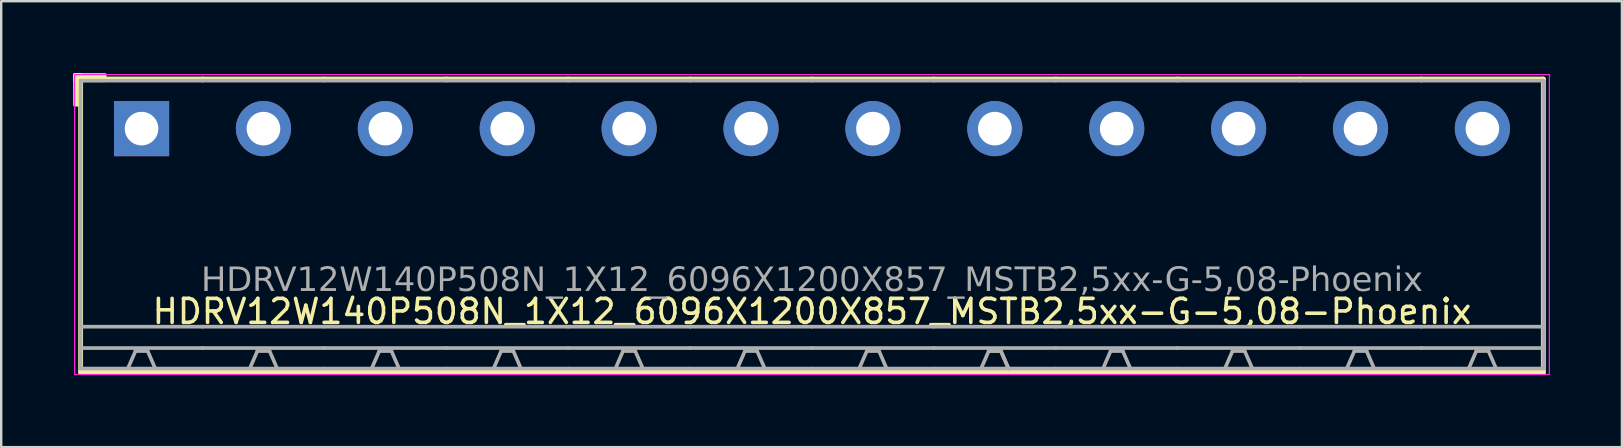
<source format=kicad_pcb>
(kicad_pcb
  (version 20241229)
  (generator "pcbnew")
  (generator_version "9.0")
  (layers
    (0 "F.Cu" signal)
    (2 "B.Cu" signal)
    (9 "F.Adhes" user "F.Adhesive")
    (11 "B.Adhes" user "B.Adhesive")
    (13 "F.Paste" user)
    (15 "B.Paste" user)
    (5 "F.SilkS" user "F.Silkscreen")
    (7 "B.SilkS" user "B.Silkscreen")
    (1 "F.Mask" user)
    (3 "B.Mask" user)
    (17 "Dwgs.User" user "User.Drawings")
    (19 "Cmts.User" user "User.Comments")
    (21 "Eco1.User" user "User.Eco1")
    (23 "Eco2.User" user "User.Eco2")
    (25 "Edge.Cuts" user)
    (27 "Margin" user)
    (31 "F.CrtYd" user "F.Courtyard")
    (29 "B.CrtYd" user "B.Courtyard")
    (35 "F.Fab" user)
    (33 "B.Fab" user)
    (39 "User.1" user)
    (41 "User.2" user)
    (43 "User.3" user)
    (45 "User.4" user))
  (footprint "HDRV12W140P508N_1X12_6096X1200X857_MSTB2,5xx-G-5,08-Phoenix"
    (layer "F.Cu")
    (at 30.79 2.31)
    (property "Reference" "HDRV12W140P508N_1X12_6096X1200X857_MSTB2,5xx-G-5,08-Phoenix" (at 0 7.62 0) (layer "F.SilkS") (effects (font (size 1 1) (thickness 0.15))))
    (attr through_hole)
    (fp_line (start -30.48 -2.065) (end -30.48 10.16) (stroke (width 0.203) (type solid)) (layer "F.SilkS"))
    (fp_line (start -30.48 10.16) (end -25.4 10.16) (stroke (width 0.203) (type solid)) (layer "F.SilkS"))
    (fp_line (start -25.4 -2.065) (end -30.48 -2.065) (stroke (width 0.203) (type solid)) (layer "F.SilkS"))
    (fp_line (start -25.4 -2.065) (end -20.32 -2.065) (stroke (width 0.203) (type solid)) (layer "F.SilkS"))
    (fp_line (start -20.32 -2.065) (end -15.24 -2.065) (stroke (width 0.203) (type solid)) (layer "F.SilkS"))
    (fp_line (start -20.32 10.16) (end -25.4 10.16) (stroke (width 0.203) (type solid)) (layer "F.SilkS"))
    (fp_line (start -15.24 -2.065) (end -10.16 -2.065) (stroke (width 0.203) (type solid)) (layer "F.SilkS"))
    (fp_line (start -15.24 10.16) (end -20.32 10.16) (stroke (width 0.203) (type solid)) (layer "F.SilkS"))
    (fp_line (start -10.16 -2.065) (end -5.08 -2.065) (stroke (width 0.203) (type solid)) (layer "F.SilkS"))
    (fp_line (start -10.16 10.16) (end -15.24 10.16) (stroke (width 0.203) (type solid)) (layer "F.SilkS"))
    (fp_line (start -5.08 -2.065) (end 0 -2.065) (stroke (width 0.203) (type solid)) (layer "F.SilkS"))
    (fp_line (start -5.08 10.16) (end -10.16 10.16) (stroke (width 0.203) (type solid)) (layer "F.SilkS"))
    (fp_line (start 0 -2.065) (end 5.08 -2.065) (stroke (width 0.203) (type solid)) (layer "F.SilkS"))
    (fp_line (start 0 10.16) (end -5.08 10.16) (stroke (width 0.203) (type solid)) (layer "F.SilkS"))
    (fp_line (start 5.08 -2.065) (end 10.16 -2.065) (stroke (width 0.203) (type solid)) (layer "F.SilkS"))
    (fp_line (start 5.08 10.16) (end 0 10.16) (stroke (width 0.203) (type solid)) (layer "F.SilkS"))
    (fp_line (start 10.16 -2.065) (end 15.24 -2.065) (stroke (width 0.203) (type solid)) (layer "F.SilkS"))
    (fp_line (start 10.16 10.16) (end 5.08 10.16) (stroke (width 0.203) (type solid)) (layer "F.SilkS"))
    (fp_line (start 15.24 -2.065) (end 20.32 -2.065) (stroke (width 0.203) (type solid)) (layer "F.SilkS"))
    (fp_line (start 15.24 10.16) (end 10.16 10.16) (stroke (width 0.203) (type solid)) (layer "F.SilkS"))
    (fp_line (start 20.32 -2.065) (end 25.4 -2.065) (stroke (width 0.203) (type solid)) (layer "F.SilkS"))
    (fp_line (start 20.32 10.16) (end 15.24 10.16) (stroke (width 0.203) (type solid)) (layer "F.SilkS"))
    (fp_line (start 25.4 -2.065) (end 30.48 -2.065) (stroke (width 0.203) (type solid)) (layer "F.SilkS"))
    (fp_line (start 25.4 10.16) (end 20.32 10.16) (stroke (width 0.203) (type solid)) (layer "F.SilkS"))
    (fp_line (start 30.48 -2.065) (end 30.48 10.16) (stroke (width 0.203) (type solid)) (layer "F.SilkS"))
    (fp_line (start 30.48 10.16) (end 25.4 10.16) (stroke (width 0.203) (type solid)) (layer "F.SilkS"))
    (fp_rect (start -30.73 -2.25) (end -30.476 -0.98) (stroke (width 0.12) (type solid)) (fill yes) (layer "F.SilkS"))
    (fp_rect (start -30.73 -2.25) (end -29.46 -1.996) (stroke (width 0.12) (type solid)) (fill yes) (layer "F.SilkS"))
    (fp_rect (start -30.73 -2.25) (end 30.73 10.25) (stroke (width 0.05) (type default)) (fill no) (layer "F.CrtYd"))
    (fp_line (start -30.48 -2) (end -30.48 10) (stroke (width 0.152) (type solid)) (layer "F.Fab"))
    (fp_line (start -28.194 9.271) (end -28.512 10) (stroke (width 0.152) (type default)) (layer "F.Fab"))
    (fp_line (start -27.686 9.271) (end -28.194 9.271) (stroke (width 0.152) (type default)) (layer "F.Fab"))
    (fp_line (start -27.686 9.271) (end -27.369 10) (stroke (width 0.152) (type default)) (layer "F.Fab"))
    (fp_line (start -25.4 -2) (end -30.48 -2) (stroke (width 0.152) (type solid)) (layer "F.Fab"))
    (fp_line (start -25.4 -2) (end -20.32 -2) (stroke (width 0.152) (type solid)) (layer "F.Fab"))
    (fp_line (start -25.4 8.255) (end -30.48 8.255) (stroke (width 0.152) (type solid)) (layer "F.Fab"))
    (fp_line (start -25.4 8.255) (end -20.32 8.255) (stroke (width 0.152) (type solid)) (layer "F.Fab"))
    (fp_line (start -25.4 9.144) (end -30.48 9.144) (stroke (width 0.152) (type solid)) (layer "F.Fab"))
    (fp_line (start -25.4 9.144) (end -20.32 9.144) (stroke (width 0.152) (type solid)) (layer "F.Fab"))
    (fp_line (start -25.4 10) (end -30.48 10) (stroke (width 0.152) (type solid)) (layer "F.Fab"))
    (fp_line (start -25.4 10) (end -20.32 10) (stroke (width 0.152) (type solid)) (layer "F.Fab"))
    (fp_line (start -23.114 9.271) (end -23.431 10) (stroke (width 0.152) (type default)) (layer "F.Fab"))
    (fp_line (start -22.606 9.271) (end -23.114 9.271) (stroke (width 0.152) (type default)) (layer "F.Fab"))
    (fp_line (start -22.606 9.271) (end -22.288 10) (stroke (width 0.152) (type default)) (layer "F.Fab"))
    (fp_line (start -20.32 -2) (end -15.24 -2) (stroke (width 0.152) (type solid)) (layer "F.Fab"))
    (fp_line (start -20.32 8.255) (end -15.24 8.255) (stroke (width 0.152) (type solid)) (layer "F.Fab"))
    (fp_line (start -20.32 9.144) (end -15.24 9.144) (stroke (width 0.152) (type solid)) (layer "F.Fab"))
    (fp_line (start -20.32 10) (end -15.24 10) (stroke (width 0.152) (type solid)) (layer "F.Fab"))
    (fp_line (start -18.034 9.271) (end -18.352 10) (stroke (width 0.152) (type default)) (layer "F.Fab"))
    (fp_line (start -17.526 9.271) (end -18.034 9.271) (stroke (width 0.152) (type default)) (layer "F.Fab"))
    (fp_line (start -17.526 9.271) (end -17.209 10) (stroke (width 0.152) (type default)) (layer "F.Fab"))
    (fp_line (start -15.24 -2) (end -10.16 -2) (stroke (width 0.152) (type solid)) (layer "F.Fab"))
    (fp_line (start -15.24 8.255) (end -10.16 8.255) (stroke (width 0.152) (type solid)) (layer "F.Fab"))
    (fp_line (start -15.24 9.144) (end -10.16 9.144) (stroke (width 0.152) (type solid)) (layer "F.Fab"))
    (fp_line (start -15.24 10) (end -10.16 10) (stroke (width 0.152) (type solid)) (layer "F.Fab"))
    (fp_line (start -12.954 9.271) (end -13.271 10) (stroke (width 0.152) (type default)) (layer "F.Fab"))
    (fp_line (start -12.446 9.271) (end -12.954 9.271) (stroke (width 0.152) (type default)) (layer "F.Fab"))
    (fp_line (start -12.446 9.271) (end -12.129 10) (stroke (width 0.152) (type default)) (layer "F.Fab"))
    (fp_line (start -10.16 -2) (end -5.08 -2) (stroke (width 0.152) (type solid)) (layer "F.Fab"))
    (fp_line (start -10.16 8.255) (end -5.08 8.255) (stroke (width 0.152) (type solid)) (layer "F.Fab"))
    (fp_line (start -10.16 9.144) (end -5.08 9.144) (stroke (width 0.152) (type solid)) (layer "F.Fab"))
    (fp_line (start -10.16 10) (end -5.08 10) (stroke (width 0.152) (type solid)) (layer "F.Fab"))
    (fp_line (start -7.874 9.271) (end -8.191 10) (stroke (width 0.152) (type default)) (layer "F.Fab"))
    (fp_line (start -7.366 9.271) (end -7.874 9.271) (stroke (width 0.152) (type default)) (layer "F.Fab"))
    (fp_line (start -7.366 9.271) (end -7.048 10) (stroke (width 0.152) (type default)) (layer "F.Fab"))
    (fp_line (start -5.08 -2) (end 0 -2) (stroke (width 0.152) (type solid)) (layer "F.Fab"))
    (fp_line (start -5.08 8.255) (end 0 8.255) (stroke (width 0.152) (type solid)) (layer "F.Fab"))
    (fp_line (start -5.08 9.144) (end 0 9.144) (stroke (width 0.152) (type solid)) (layer "F.Fab"))
    (fp_line (start -5.08 10) (end 0 10) (stroke (width 0.152) (type solid)) (layer "F.Fab"))
    (fp_line (start -2.794 9.271) (end -3.111 10) (stroke (width 0.152) (type default)) (layer "F.Fab"))
    (fp_line (start -2.286 9.271) (end -2.794 9.271) (stroke (width 0.152) (type default)) (layer "F.Fab"))
    (fp_line (start -2.286 9.271) (end -1.968 10) (stroke (width 0.152) (type default)) (layer "F.Fab"))
    (fp_line (start 0 -2) (end 5.08 -2) (stroke (width 0.152) (type solid)) (layer "F.Fab"))
    (fp_line (start 0 8.255) (end 5.08 8.255) (stroke (width 0.152) (type solid)) (layer "F.Fab"))
    (fp_line (start 0 9.144) (end 5.08 9.144) (stroke (width 0.152) (type solid)) (layer "F.Fab"))
    (fp_line (start 0 10) (end 5.08 10) (stroke (width 0.152) (type solid)) (layer "F.Fab"))
    (fp_line (start 2.286 9.271) (end 1.968 10) (stroke (width 0.152) (type default)) (layer "F.Fab"))
    (fp_line (start 2.794 9.271) (end 2.286 9.271) (stroke (width 0.152) (type default)) (layer "F.Fab"))
    (fp_line (start 2.794 9.271) (end 3.111 10) (stroke (width 0.152) (type default)) (layer "F.Fab"))
    (fp_line (start 5.08 -2) (end 10.16 -2) (stroke (width 0.152) (type solid)) (layer "F.Fab"))
    (fp_line (start 5.08 8.255) (end 10.16 8.255) (stroke (width 0.152) (type solid)) (layer "F.Fab"))
    (fp_line (start 5.08 9.144) (end 10.16 9.144) (stroke (width 0.152) (type solid)) (layer "F.Fab"))
    (fp_line (start 5.08 10) (end 10.16 10) (stroke (width 0.152) (type solid)) (layer "F.Fab"))
    (fp_line (start 7.366 9.271) (end 7.048 10) (stroke (width 0.152) (type default)) (layer "F.Fab"))
    (fp_line (start 7.874 9.271) (end 7.366 9.271) (stroke (width 0.152) (type default)) (layer "F.Fab"))
    (fp_line (start 7.874 9.271) (end 7.366 9.271) (stroke (width 0.152) (type default)) (layer "F.Fab"))
    (fp_line (start 7.874 9.271) (end 8.191 10) (stroke (width 0.152) (type default)) (layer "F.Fab"))
    (fp_line (start 7.874 9.271) (end 8.191 10) (stroke (width 0.152) (type default)) (layer "F.Fab"))
    (fp_line (start 10.16 -2) (end 15.24 -2) (stroke (width 0.152) (type solid)) (layer "F.Fab"))
    (fp_line (start 10.16 8.255) (end 15.24 8.255) (stroke (width 0.152) (type solid)) (layer "F.Fab"))
    (fp_line (start 10.16 9.144) (end 15.24 9.144) (stroke (width 0.152) (type solid)) (layer "F.Fab"))
    (fp_line (start 10.16 10) (end 15.24 10) (stroke (width 0.152) (type solid)) (layer "F.Fab"))
    (fp_line (start 12.446 9.271) (end 12.129 10) (stroke (width 0.152) (type default)) (layer "F.Fab"))
    (fp_line (start 12.954 9.271) (end 12.446 9.271) (stroke (width 0.152) (type default)) (layer "F.Fab"))
    (fp_line (start 12.954 9.271) (end 13.271 10) (stroke (width 0.152) (type default)) (layer "F.Fab"))
    (fp_line (start 15.24 -2) (end 20.32 -2) (stroke (width 0.152) (type solid)) (layer "F.Fab"))
    (fp_line (start 15.24 8.255) (end 20.32 8.255) (stroke (width 0.152) (type solid)) (layer "F.Fab"))
    (fp_line (start 15.24 9.144) (end 20.32 9.144) (stroke (width 0.152) (type solid)) (layer "F.Fab"))
    (fp_line (start 15.24 10) (end 20.32 10) (stroke (width 0.152) (type solid)) (layer "F.Fab"))
    (fp_line (start 17.526 9.271) (end 17.209 10) (stroke (width 0.152) (type default)) (layer "F.Fab"))
    (fp_line (start 18.034 9.271) (end 17.526 9.271) (stroke (width 0.152) (type default)) (layer "F.Fab"))
    (fp_line (start 18.034 9.271) (end 18.352 10) (stroke (width 0.152) (type default)) (layer "F.Fab"))
    (fp_line (start 20.32 -2) (end 25.4 -2) (stroke (width 0.152) (type solid)) (layer "F.Fab"))
    (fp_line (start 20.32 8.255) (end 25.4 8.255) (stroke (width 0.152) (type solid)) (layer "F.Fab"))
    (fp_line (start 20.32 9.144) (end 25.4 9.144) (stroke (width 0.152) (type solid)) (layer "F.Fab"))
    (fp_line (start 20.32 10) (end 25.4 10) (stroke (width 0.152) (type solid)) (layer "F.Fab"))
    (fp_line (start 22.606 9.271) (end 22.288 10) (stroke (width 0.152) (type default)) (layer "F.Fab"))
    (fp_line (start 23.114 9.271) (end 22.606 9.271) (stroke (width 0.152) (type default)) (layer "F.Fab"))
    (fp_line (start 23.114 9.271) (end 23.431 10) (stroke (width 0.152) (type default)) (layer "F.Fab"))
    (fp_line (start 25.4 -2) (end 30.48 -2) (stroke (width 0.152) (type solid)) (layer "F.Fab"))
    (fp_line (start 25.4 8.255) (end 30.48 8.255) (stroke (width 0.152) (type solid)) (layer "F.Fab"))
    (fp_line (start 25.4 9.144) (end 30.48 9.144) (stroke (width 0.152) (type solid)) (layer "F.Fab"))
    (fp_line (start 25.4 10) (end 30.48 10) (stroke (width 0.152) (type solid)) (layer "F.Fab"))
    (fp_line (start 27.686 9.271) (end 27.369 10) (stroke (width 0.152) (type default)) (layer "F.Fab"))
    (fp_line (start 28.194 9.271) (end 27.686 9.271) (stroke (width 0.152) (type default)) (layer "F.Fab"))
    (fp_line (start 28.194 9.271) (end 28.512 10) (stroke (width 0.152) (type default)) (layer "F.Fab"))
    (fp_line (start 30.48 -2) (end 30.48 10) (stroke (width 0.152) (type solid)) (layer "F.Fab"))
    (fp_rect (start -28.194 -0.254) (end -27.686 0.254) (stroke (width 0.152) (type solid)) (fill no) (layer "F.Fab"))
    (fp_rect (start -22.606 -0.254) (end -23.114 0.254) (stroke (width 0.152) (type solid)) (fill no) (layer "F.Fab"))
    (fp_rect (start -17.526 -0.254) (end -18.034 0.254) (stroke (width 0.152) (type solid)) (fill no) (layer "F.Fab"))
    (fp_rect (start -12.446 -0.254) (end -12.954 0.254) (stroke (width 0.152) (type solid)) (fill no) (layer "F.Fab"))
    (fp_rect (start -7.366 -0.254) (end -7.874 0.254) (stroke (width 0.152) (type solid)) (fill no) (layer "F.Fab"))
    (fp_rect (start -2.286 -0.254) (end -2.794 0.254) (stroke (width 0.152) (type solid)) (fill no) (layer "F.Fab"))
    (fp_rect (start 2.794 -0.254) (end 2.286 0.254) (stroke (width 0.152) (type solid)) (fill no) (layer "F.Fab"))
    (fp_rect (start 7.874 -0.254) (end 7.366 0.254) (stroke (width 0.152) (type solid)) (fill no) (layer "F.Fab"))
    (fp_rect (start 12.954 -0.254) (end 12.446 0.254) (stroke (width 0.152) (type solid)) (fill no) (layer "F.Fab"))
    (fp_rect (start 18.034 -0.254) (end 17.526 0.254) (stroke (width 0.152) (type solid)) (fill no) (layer "F.Fab"))
    (fp_rect (start 23.114 -0.254) (end 22.606 0.254) (stroke (width 0.152) (type solid)) (fill no) (layer "F.Fab"))
    (fp_rect (start 28.194 -0.254) (end 27.686 0.254) (stroke (width 0.152) (type solid)) (fill no) (layer "F.Fab"))
    (fp_text user "${REFERENCE}" (at 0 6.35 0) (layer "F.Fab") (effects (font (face "Tahoma") (size 1 1) (thickness 0.15))))
    (pad "1" thru_hole rect (at -27.94 0) (size 2.3 2.3) (drill 1.4) (layers "*.Cu" "*.Mask"))
    (pad "2" thru_hole circle (at -22.86 0) (size 2.3 2.3) (drill 1.4) (layers "*.Cu" "*.Mask"))
    (pad "3" thru_hole circle (at -17.78 0) (size 2.3 2.3) (drill 1.4) (layers "*.Cu" "*.Mask"))
    (pad "4" thru_hole circle (at -12.7 0) (size 2.3 2.3) (drill 1.4) (layers "*.Cu" "*.Mask"))
    (pad "5" thru_hole circle (at -7.62 0) (size 2.3 2.3) (drill 1.4) (layers "*.Cu" "*.Mask"))
    (pad "6" thru_hole circle (at -2.54 0) (size 2.3 2.3) (drill 1.4) (layers "*.Cu" "*.Mask"))
    (pad "7" thru_hole circle (at 2.54 0) (size 2.3 2.3) (drill 1.4) (layers "*.Cu" "*.Mask"))
    (pad "8" thru_hole circle (at 7.62 0) (size 2.3 2.3) (drill 1.4) (layers "*.Cu" "*.Mask"))
    (pad "9" thru_hole circle (at 12.7 0) (size 2.3 2.3) (drill 1.4) (layers "*.Cu" "*.Mask"))
    (pad "10" thru_hole circle (at 17.78 0) (size 2.3 2.3) (drill 1.4) (layers "*.Cu" "*.Mask"))
    (pad "11" thru_hole circle (at 22.86 0) (size 2.3 2.3) (drill 1.4) (layers "*.Cu" "*.Mask"))
    (pad "12" thru_hole circle (at 27.94 0) (size 2.3 2.3) (drill 1.4) (layers "*.Cu" "*.Mask")))
  (gr_rect
    (start -3 -3)
    (end 64.545 15.585)
    (stroke (width 0.1) (type default))
    (fill no)
    (layer "Edge.Cuts")))
</source>
